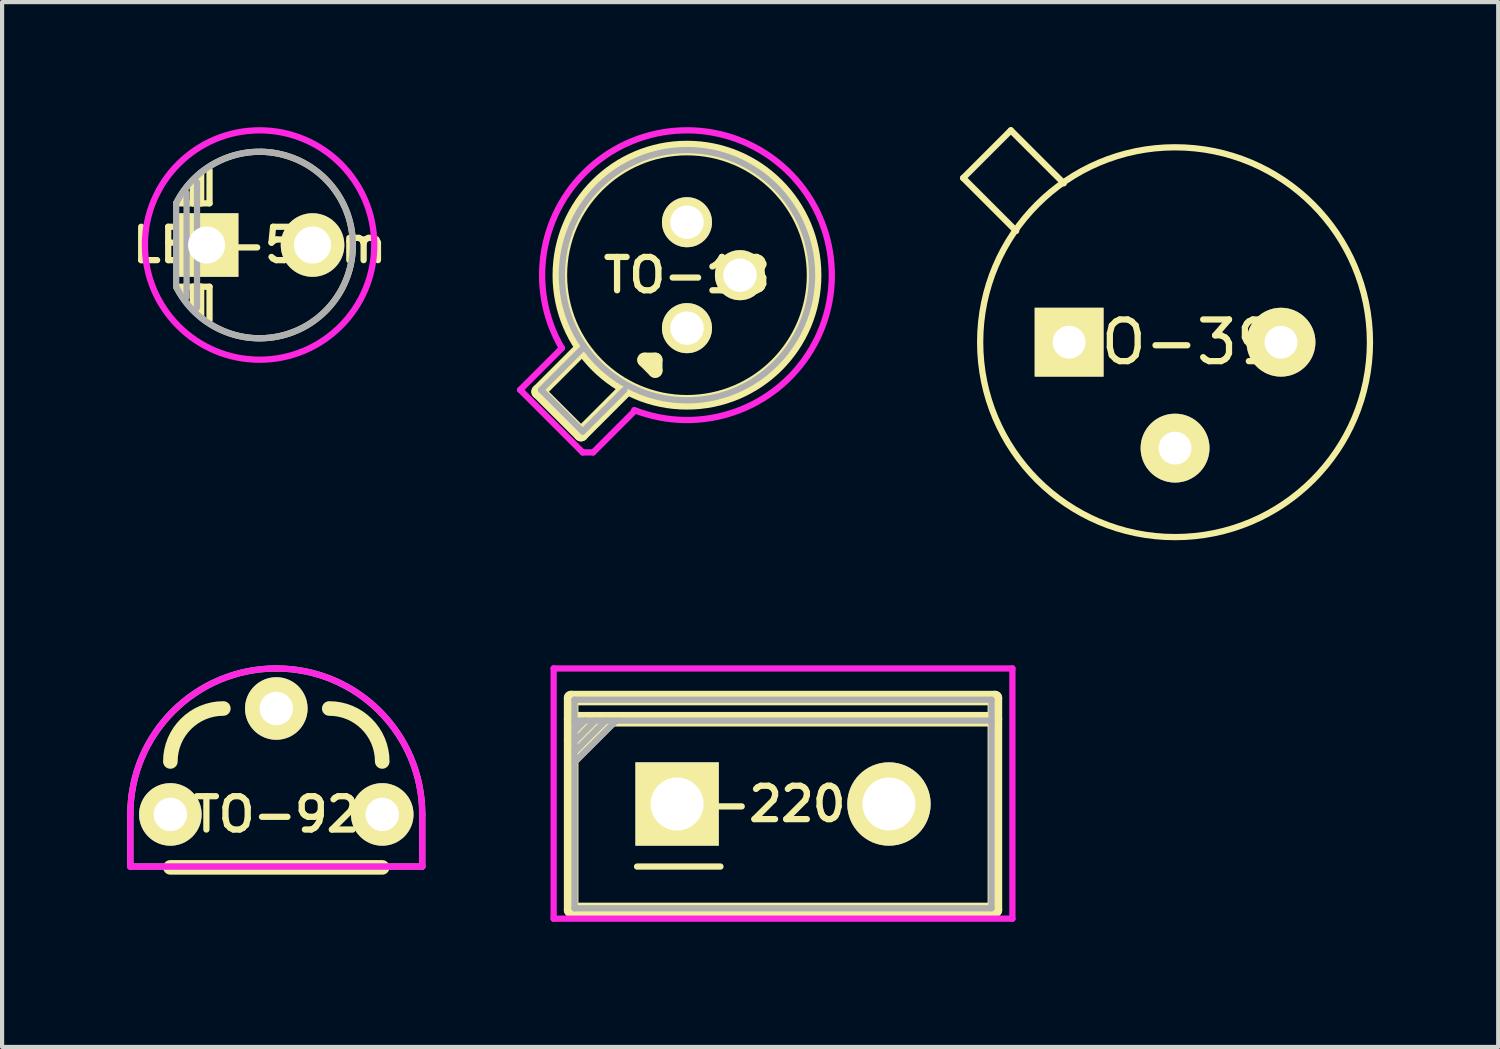
<source format=kicad_pcb>
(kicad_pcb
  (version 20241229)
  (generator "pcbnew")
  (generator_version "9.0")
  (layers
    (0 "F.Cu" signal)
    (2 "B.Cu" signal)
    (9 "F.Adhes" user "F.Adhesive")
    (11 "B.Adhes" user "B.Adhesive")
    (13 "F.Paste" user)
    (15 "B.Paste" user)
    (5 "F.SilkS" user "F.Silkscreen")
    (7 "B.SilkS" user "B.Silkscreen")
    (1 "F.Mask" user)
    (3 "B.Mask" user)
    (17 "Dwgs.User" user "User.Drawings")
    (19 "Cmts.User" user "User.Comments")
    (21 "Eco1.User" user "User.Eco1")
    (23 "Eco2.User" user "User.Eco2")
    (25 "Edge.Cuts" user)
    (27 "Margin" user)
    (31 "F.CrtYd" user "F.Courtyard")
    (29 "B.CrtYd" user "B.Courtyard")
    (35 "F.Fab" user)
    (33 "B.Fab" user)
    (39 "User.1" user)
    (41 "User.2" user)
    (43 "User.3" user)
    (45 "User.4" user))
  (footprint "TO-220-2"
    (layer "F.Cu")
    (at 15.725 16.228)
    (property "Reference" "TO-220-2" (at 0 0 0) (layer "F.SilkS") (effects (font (size 0.8 0.8) (thickness 0.15))))
    (attr through_hole)
    (fp_line (start -5.08 -2.54) (end -5.08 2.54) (stroke (width 0.35) (type solid)) (layer "F.SilkS"))
    (fp_line (start -5.08 -2.032) (end 5.08 -2.032) (stroke (width 0.35) (type solid)) (layer "F.SilkS"))
    (fp_line (start -5.08 2.54) (end 5.08 2.54) (stroke (width 0.35) (type solid)) (layer "F.SilkS"))
    (fp_line (start -5.029 -1.118) (end -4.166 -1.981) (stroke (width 0.35) (type solid)) (layer "F.SilkS"))
    (fp_line (start -4.572 -2.032) (end -5.08 -1.524) (stroke (width 0.35) (type solid)) (layer "F.SilkS"))
    (fp_line (start -3.5 1.5) (end -1.5 1.5) (stroke (width 0.15) (type solid)) (layer "F.SilkS"))
    (fp_line (start 5.08 -2.54) (end -5.08 -2.54) (stroke (width 0.35) (type solid)) (layer "F.SilkS"))
    (fp_line (start 5.08 2.54) (end 5.08 -2.54) (stroke (width 0.35) (type solid)) (layer "F.SilkS"))
    (fp_line (start -5.5 -3.25) (end -5.5 2.75) (stroke (width 0.15) (type solid)) (layer "F.CrtYd"))
    (fp_line (start -5.5 2.75) (end 5.5 2.75) (stroke (width 0.15) (type solid)) (layer "F.CrtYd"))
    (fp_line (start 5.5 -3.25) (end -5.5 -3.25) (stroke (width 0.15) (type solid)) (layer "F.CrtYd"))
    (fp_line (start 5.5 2.75) (end 5.5 -3.25) (stroke (width 0.15) (type solid)) (layer "F.CrtYd"))
    (fp_line (start -5 -2.5) (end -5 2.5) (stroke (width 0.15) (type solid)) (layer "F.Fab"))
    (fp_line (start -5 -2) (end 5 -2) (stroke (width 0.15) (type solid)) (layer "F.Fab"))
    (fp_line (start -5 -1.75) (end -4.75 -2) (stroke (width 0.15) (type solid)) (layer "F.Fab"))
    (fp_line (start -5 -1.25) (end -4.25 -2) (stroke (width 0.15) (type solid)) (layer "F.Fab"))
    (fp_line (start -5 2.5) (end 5 2.5) (stroke (width 0.15) (type solid)) (layer "F.Fab"))
    (fp_line (start -4.5 -2) (end -5 -1.5) (stroke (width 0.15) (type solid)) (layer "F.Fab"))
    (fp_line (start -4 -2) (end -5 -1) (stroke (width 0.15) (type solid)) (layer "F.Fab"))
    (fp_line (start 5 -2.5) (end -5 -2.5) (stroke (width 0.15) (type solid)) (layer "F.Fab"))
    (fp_line (start 5 2.5) (end 5 -2.5) (stroke (width 0.15) (type solid)) (layer "F.Fab"))
    (pad "1" thru_hole rect (at -2.54 0) (size 1.999 1.999) (drill 1.27) (layers "*.Cu" "*.Mask" "F.SilkS"))
    (pad "2" thru_hole circle (at 2.54 0) (size 1.999 1.999) (drill 1.27) (layers "*.Cu" "*.Mask" "F.SilkS")))
  (footprint "TO-92"
    (layer "F.Cu")
    (at 3.575 16.478)
    (property "Reference" "TO-92" (at 0 0 0) (layer "F.SilkS") (effects (font (size 0.8 0.8) (thickness 0.15))))
    (attr through_hole)
    (fp_line (start -2.54 1.27) (end 2.54 1.27) (stroke (width 0.35) (type solid)) (layer "F.SilkS"))
    (fp_arc (start -2.54 -1.27) (mid -2.168026 -2.168026) (end -1.27 -2.54) (stroke (width 0.35) (type solid)) (layer "F.SilkS"))
    (fp_arc (start 1.27 -2.54) (mid 2.168026 -2.168026) (end 2.54 -1.27) (stroke (width 0.35) (type solid)) (layer "F.SilkS"))
    (fp_line (start -3.5 1.25) (end -3.5 0) (stroke (width 0.15) (type solid)) (layer "F.CrtYd"))
    (fp_line (start 3.5 0) (end 3.5 1.25) (stroke (width 0.15) (type solid)) (layer "F.CrtYd"))
    (fp_line (start 3.5 1.25) (end -3.5 1.25) (stroke (width 0.15) (type solid)) (layer "F.CrtYd"))
    (fp_arc (start -3.5 0) (mid -2.474874 -2.474874) (end 0 -3.5) (stroke (width 0.15) (type solid)) (layer "F.CrtYd"))
    (fp_arc (start 0 -3.5) (mid 2.474874 -2.474874) (end 3.5 0) (stroke (width 0.15) (type solid)) (layer "F.CrtYd"))
    (fp_line (start -3.5 1.25) (end -3.5 0) (stroke (width 0.15) (type solid)) (layer "F.Fab"))
    (fp_line (start 3.5 0) (end 3.5 1.25) (stroke (width 0.15) (type solid)) (layer "F.Fab"))
    (fp_line (start 3.5 1.25) (end -3.5 1.25) (stroke (width 0.15) (type solid)) (layer "F.Fab"))
    (fp_arc (start -3.5 0) (mid -2.474874 -2.474874) (end 0 -3.5) (stroke (width 0.15) (type solid)) (layer "F.Fab"))
    (fp_arc (start 0 -3.5) (mid 2.474874 -2.474874) (end 3.5 0) (stroke (width 0.15) (type solid)) (layer "F.Fab"))
    (pad "1" thru_hole circle (at -2.54 0) (size 1.5 1.5) (drill 0.8) (layers "*.Cu" "*.Mask" "F.SilkS"))
    (pad "2" thru_hole circle (at 0 -2.54) (size 1.5 1.5) (drill 0.8) (layers "*.Cu" "*.Mask" "F.SilkS"))
    (pad "3" thru_hole circle (at 2.54 0) (size 1.5 1.5) (drill 0.8) (layers "*.Cu" "*.Mask" "F.SilkS")))
  (footprint "TO-39"
    (layer "F.Cu")
    (at 25.085 5.155)
    (property "Reference" "TO-39" (at 0 0 0) (layer "F.SilkS") (effects (font (size 1 1) (thickness 0.15))))
    (attr through_hole)
    (fp_line (start -3.897 -5.08) (end -5.04 -3.937) (stroke (width 0.15) (type solid)) (layer "F.SilkS"))
    (fp_line (start -3.77 -2.667) (end -5.04 -3.937) (stroke (width 0.15) (type solid)) (layer "F.SilkS"))
    (fp_line (start -2.627 -3.81) (end -3.897 -5.08) (stroke (width 0.15) (type solid)) (layer "F.SilkS"))
    (fp_circle (center 0.04 0) (end 3.215 3.429) (stroke (width 0.15) (type solid)) (fill no) (layer "F.SilkS"))
    (pad "1" thru_hole rect (at -2.5 0) (size 1.651 1.651) (drill 0.787) (layers "*.Cu" "*.Mask" "F.SilkS"))
    (pad "2" thru_hole circle (at 0.04 2.54) (size 1.651 1.651) (drill 0.787) (layers "*.Cu" "*.Mask" "F.SilkS"))
    (pad "3" thru_hole circle (at 2.58 0) (size 1.651 1.651) (drill 0.787) (layers "*.Cu" "*.Mask" "F.SilkS")))
  (footprint "TO-18"
    (layer "F.Cu")
    (at 13.422 3.548)
    (property "Reference" "TO-18" (at 0 0 0) (layer "F.SilkS") (effects (font (size 0.8 0.8) (thickness 0.15))))
    (attr through_hole)
    (fp_line (start -3.556 2.794) (end -2.54 3.81) (stroke (width 0.35) (type solid)) (layer "F.SilkS"))
    (fp_line (start -2.54 1.778) (end -3.556 2.794) (stroke (width 0.35) (type solid)) (layer "F.SilkS"))
    (fp_line (start -2.54 3.81) (end -1.524 2.794) (stroke (width 0.35) (type solid)) (layer "F.SilkS"))
    (fp_line (start -1.016 2.032) (end -0.762 2.286) (stroke (width 0.35) (type solid)) (layer "F.SilkS"))
    (fp_line (start -0.762 2.032) (end -1.016 2.032) (stroke (width 0.35) (type solid)) (layer "F.SilkS"))
    (fp_line (start -0.762 2.286) (end -0.762 2.032) (stroke (width 0.35) (type solid)) (layer "F.SilkS"))
    (fp_circle (center 0 0) (end 3.048 0) (stroke (width 0.35) (type solid)) (fill no) (layer "F.SilkS"))
    (fp_line (start -4 2.75) (end -2.5 4.25) (stroke (width 0.15) (type solid)) (layer "F.CrtYd"))
    (fp_line (start -3 1.75) (end -4 2.75) (stroke (width 0.15) (type solid)) (layer "F.CrtYd"))
    (fp_line (start -2.5 4.25) (end -2.25 4.25) (stroke (width 0.15) (type solid)) (layer "F.CrtYd"))
    (fp_line (start -2.25 4.25) (end -1.25 3.25) (stroke (width 0.15) (type solid)) (layer "F.CrtYd"))
    (fp_arc (start -3 1.75) (mid 2.257613 -2.639259) (end -1.264072 3.234907) (stroke (width 0.15) (type solid)) (layer "F.CrtYd"))
    (fp_line (start -3.5 2.75) (end -2.5 3.75) (stroke (width 0.15) (type solid)) (layer "F.Fab"))
    (fp_line (start -2.5 1.75) (end -3.5 2.75) (stroke (width 0.15) (type solid)) (layer "F.Fab"))
    (fp_line (start -2.5 3.75) (end -1.5 2.75) (stroke (width 0.15) (type solid)) (layer "F.Fab"))
    (fp_circle (center 0 0) (end 3 0) (stroke (width 0.15) (type solid)) (fill no) (layer "F.Fab"))
    (pad "1" thru_hole circle (at 0 1.27 45) (size 1.2 1.2) (drill 0.8) (layers "*.Cu" "*.Mask" "F.SilkS"))
    (pad "2" thru_hole circle (at 1.27 0) (size 1.2 1.2) (drill 0.8) (layers "*.Cu" "*.Mask" "F.SilkS"))
    (pad "3" thru_hole circle (at 0 -1.27) (size 1.2 1.2) (drill 0.8) (layers "*.Cu" "*.Mask" "F.SilkS")))
  (footprint "LED-5mm"
    (layer "F.Cu")
    (at 3.174 2.825)
    (property "Reference" "LED-5mm" (at 0 0 0) (layer "F.SilkS") (effects (font (size 0.8 0.8) (thickness 0.15))))
    (attr through_hole)
    (fp_line (start -2 -1) (end -1.8 -1) (stroke (width 0.15) (type solid)) (layer "F.SilkS"))
    (fp_line (start -2 1) (end -1.8 1) (stroke (width 0.15) (type solid)) (layer "F.SilkS"))
    (fp_line (start -1.8 -1) (end -1.8 -1.3) (stroke (width 0.15) (type solid)) (layer "F.SilkS"))
    (fp_line (start -1.8 -1) (end -1.6 -1) (stroke (width 0.15) (type solid)) (layer "F.SilkS"))
    (fp_line (start -1.8 1) (end -1.8 1.3) (stroke (width 0.15) (type solid)) (layer "F.SilkS"))
    (fp_line (start -1.8 1) (end -1.6 1) (stroke (width 0.15) (type solid)) (layer "F.SilkS"))
    (fp_line (start -1.6 -1) (end -1.6 -1.5) (stroke (width 0.15) (type solid)) (layer "F.SilkS"))
    (fp_line (start -1.6 -1) (end -1.4 -1) (stroke (width 0.15) (type solid)) (layer "F.SilkS"))
    (fp_line (start -1.6 1) (end -1.6 1.5) (stroke (width 0.15) (type solid)) (layer "F.SilkS"))
    (fp_line (start -1.6 1) (end -1.4 1) (stroke (width 0.15) (type solid)) (layer "F.SilkS"))
    (fp_line (start -1.4 -1) (end -1.4 -1.7) (stroke (width 0.15) (type solid)) (layer "F.SilkS"))
    (fp_line (start -1.4 -1) (end -1.2 -1) (stroke (width 0.15) (type solid)) (layer "F.SilkS"))
    (fp_line (start -1.4 1) (end -1.4 1.7) (stroke (width 0.15) (type solid)) (layer "F.SilkS"))
    (fp_line (start -1.4 1) (end -1.2 1) (stroke (width 0.15) (type solid)) (layer "F.SilkS"))
    (fp_line (start -1.2 -1) (end -1.2 -1.8) (stroke (width 0.15) (type solid)) (layer "F.SilkS"))
    (fp_line (start -1.2 1) (end -1.2 1.8) (stroke (width 0.15) (type solid)) (layer "F.SilkS"))
    (fp_arc (start -2 -1) (mid 2.236068 0.000587) (end -2.000525 0.998949) (stroke (width 0.15) (type solid)) (layer "F.SilkS"))
    (fp_circle (center 0 0) (end 2.75 0) (stroke (width 0.15) (type solid)) (fill no) (layer "F.CrtYd"))
    (fp_line (start -2 -1) (end -2 1) (stroke (width 0.15) (type solid)) (layer "F.Fab"))
    (fp_line (start -1.75 -1.25) (end -1.75 1.25) (stroke (width 0.15) (type solid)) (layer "F.Fab"))
    (fp_line (start -1.5 -1.5) (end -1.5 1.5) (stroke (width 0.15) (type solid)) (layer "F.Fab"))
    (fp_arc (start -2 -1) (mid 2.236068 0.000587) (end -2.000525 0.998949) (stroke (width 0.15) (type solid)) (layer "F.Fab"))
    (pad "1" thru_hole rect (at -1.27 0 180) (size 1.524 1.524) (drill 0.889) (layers "*.Cu" "*.Mask" "F.SilkS"))
    (pad "2" thru_hole circle (at 1.27 0 180) (size 1.524 1.524) (drill 0.889) (layers "*.Cu" "*.Mask" "F.SilkS")))
  (gr_rect
    (start -3 -3)
    (end 32.873 22.053)
    (stroke (width 0.1) (type default))
    (fill no)
    (layer "Edge.Cuts")))
</source>
